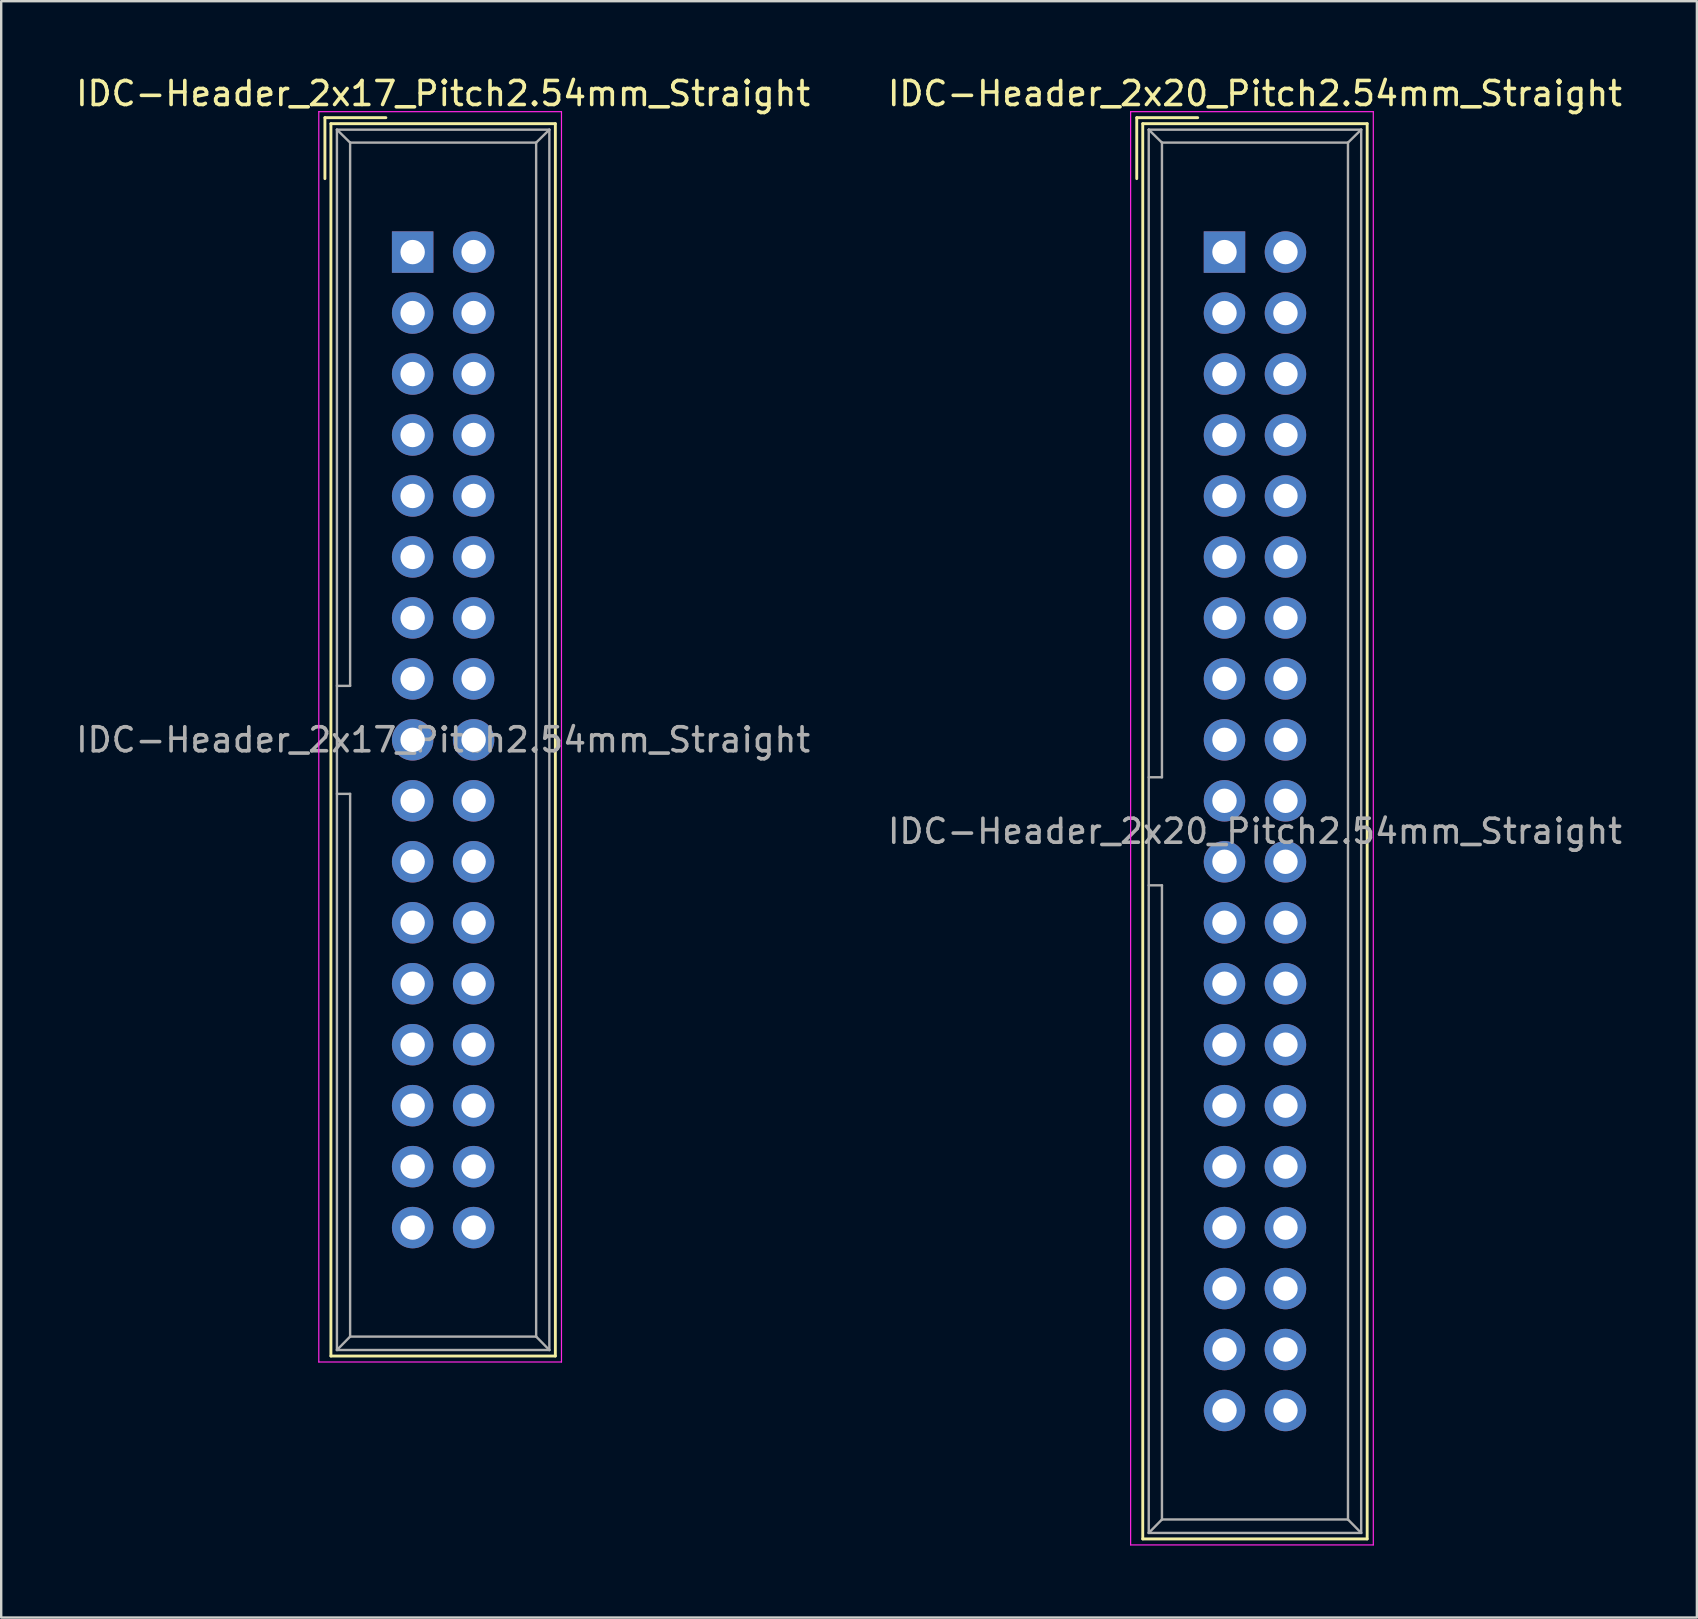
<source format=kicad_pcb>
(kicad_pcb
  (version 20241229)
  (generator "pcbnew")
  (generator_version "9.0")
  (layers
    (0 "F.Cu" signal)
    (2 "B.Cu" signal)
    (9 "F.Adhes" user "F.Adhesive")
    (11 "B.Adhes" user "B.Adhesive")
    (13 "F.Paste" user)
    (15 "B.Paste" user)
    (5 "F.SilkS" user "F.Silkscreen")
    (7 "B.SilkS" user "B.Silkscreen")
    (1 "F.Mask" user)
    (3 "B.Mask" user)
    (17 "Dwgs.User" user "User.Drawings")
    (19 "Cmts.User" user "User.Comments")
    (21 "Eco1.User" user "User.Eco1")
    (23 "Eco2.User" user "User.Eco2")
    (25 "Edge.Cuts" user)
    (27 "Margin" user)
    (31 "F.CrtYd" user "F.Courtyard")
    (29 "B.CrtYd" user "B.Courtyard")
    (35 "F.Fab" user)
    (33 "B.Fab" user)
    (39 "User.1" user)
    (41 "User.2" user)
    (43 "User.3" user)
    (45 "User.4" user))
  (footprint "IDC-Header_2x20_Pitch2.54mm_Straight"
    (layer "F.Cu")
    (at 47.962 7.452)
    (property "Reference" "IDC-Header_2x20_Pitch2.54mm_Straight" (at 1.27 -6.604 0) (layer "F.SilkS") (effects (font (size 1 1) (thickness 0.15))))
    (attr through_hole)
    (fp_line (start -3.655 -5.6) (end -3.655 -3.06) (stroke (width 0.12) (type solid)) (layer "F.SilkS"))
    (fp_line (start -3.655 -5.6) (end -1.115 -5.6) (stroke (width 0.12) (type solid)) (layer "F.SilkS"))
    (fp_line (start -3.405 -5.35) (end 5.945 -5.35) (stroke (width 0.12) (type solid)) (layer "F.SilkS"))
    (fp_line (start -3.405 53.61) (end -3.405 -5.35) (stroke (width 0.12) (type solid)) (layer "F.SilkS"))
    (fp_line (start 5.945 -5.35) (end 5.945 53.61) (stroke (width 0.12) (type solid)) (layer "F.SilkS"))
    (fp_line (start 5.945 53.61) (end -3.405 53.61) (stroke (width 0.12) (type solid)) (layer "F.SilkS"))
    (fp_line (start -3.91 -5.85) (end 6.2 -5.85) (stroke (width 0.05) (type solid)) (layer "F.CrtYd"))
    (fp_line (start -3.91 53.86) (end -3.91 -5.85) (stroke (width 0.05) (type solid)) (layer "F.CrtYd"))
    (fp_line (start 6.2 -5.85) (end 6.2 53.86) (stroke (width 0.05) (type solid)) (layer "F.CrtYd"))
    (fp_line (start 6.2 53.86) (end -3.91 53.86) (stroke (width 0.05) (type solid)) (layer "F.CrtYd"))
    (fp_line (start -3.155 -5.1) (end -3.155 53.36) (stroke (width 0.1) (type solid)) (layer "F.Fab"))
    (fp_line (start -3.155 -5.1) (end -2.605 -4.56) (stroke (width 0.1) (type solid)) (layer "F.Fab"))
    (fp_line (start -3.155 53.36) (end -2.605 52.8) (stroke (width 0.1) (type solid)) (layer "F.Fab"))
    (fp_line (start -2.605 -4.56) (end -2.605 21.88) (stroke (width 0.1) (type solid)) (layer "F.Fab"))
    (fp_line (start -2.605 21.88) (end -3.155 21.88) (stroke (width 0.1) (type solid)) (layer "F.Fab"))
    (fp_line (start -2.605 26.38) (end -3.155 26.38) (stroke (width 0.1) (type solid)) (layer "F.Fab"))
    (fp_line (start -2.605 26.38) (end -2.605 52.8) (stroke (width 0.1) (type solid)) (layer "F.Fab"))
    (fp_line (start 5.145 -4.56) (end -2.605 -4.56) (stroke (width 0.1) (type solid)) (layer "F.Fab"))
    (fp_line (start 5.145 -4.56) (end 5.145 52.8) (stroke (width 0.1) (type solid)) (layer "F.Fab"))
    (fp_line (start 5.145 52.8) (end -2.605 52.8) (stroke (width 0.1) (type solid)) (layer "F.Fab"))
    (fp_line (start 5.695 -5.1) (end -3.155 -5.1) (stroke (width 0.1) (type solid)) (layer "F.Fab"))
    (fp_line (start 5.695 -5.1) (end 5.145 -4.56) (stroke (width 0.1) (type solid)) (layer "F.Fab"))
    (fp_line (start 5.695 -5.1) (end 5.695 53.36) (stroke (width 0.1) (type solid)) (layer "F.Fab"))
    (fp_line (start 5.695 53.36) (end -3.155 53.36) (stroke (width 0.1) (type solid)) (layer "F.Fab"))
    (fp_line (start 5.695 53.36) (end 5.145 52.8) (stroke (width 0.1) (type solid)) (layer "F.Fab"))
    (fp_text user "${REFERENCE}" (at 1.27 24.13 0) (layer "F.Fab") (effects (font (size 1 1) (thickness 0.15))))
    (pad "1" thru_hole rect (at 0 0) (size 1.727 1.727) (drill 1.016) (layers "*.Cu" "*.Mask"))
    (pad "2" thru_hole oval (at 2.54 0) (size 1.727 1.727) (drill 1.016) (layers "*.Cu" "*.Mask"))
    (pad "3" thru_hole oval (at 0 2.54) (size 1.727 1.727) (drill 1.016) (layers "*.Cu" "*.Mask"))
    (pad "4" thru_hole oval (at 2.54 2.54) (size 1.727 1.727) (drill 1.016) (layers "*.Cu" "*.Mask"))
    (pad "5" thru_hole oval (at 0 5.08) (size 1.727 1.727) (drill 1.016) (layers "*.Cu" "*.Mask"))
    (pad "6" thru_hole oval (at 2.54 5.08) (size 1.727 1.727) (drill 1.016) (layers "*.Cu" "*.Mask"))
    (pad "7" thru_hole oval (at 0 7.62) (size 1.727 1.727) (drill 1.016) (layers "*.Cu" "*.Mask"))
    (pad "8" thru_hole oval (at 2.54 7.62) (size 1.727 1.727) (drill 1.016) (layers "*.Cu" "*.Mask"))
    (pad "9" thru_hole oval (at 0 10.16) (size 1.727 1.727) (drill 1.016) (layers "*.Cu" "*.Mask"))
    (pad "10" thru_hole oval (at 2.54 10.16) (size 1.727 1.727) (drill 1.016) (layers "*.Cu" "*.Mask"))
    (pad "11" thru_hole oval (at 0 12.7) (size 1.727 1.727) (drill 1.016) (layers "*.Cu" "*.Mask"))
    (pad "12" thru_hole oval (at 2.54 12.7) (size 1.727 1.727) (drill 1.016) (layers "*.Cu" "*.Mask"))
    (pad "13" thru_hole oval (at 0 15.24) (size 1.727 1.727) (drill 1.016) (layers "*.Cu" "*.Mask"))
    (pad "14" thru_hole oval (at 2.54 15.24) (size 1.727 1.727) (drill 1.016) (layers "*.Cu" "*.Mask"))
    (pad "15" thru_hole oval (at 0 17.78) (size 1.727 1.727) (drill 1.016) (layers "*.Cu" "*.Mask"))
    (pad "16" thru_hole oval (at 2.54 17.78) (size 1.727 1.727) (drill 1.016) (layers "*.Cu" "*.Mask"))
    (pad "17" thru_hole oval (at 0 20.32) (size 1.727 1.727) (drill 1.016) (layers "*.Cu" "*.Mask"))
    (pad "18" thru_hole oval (at 2.54 20.32) (size 1.727 1.727) (drill 1.016) (layers "*.Cu" "*.Mask"))
    (pad "19" thru_hole oval (at 0 22.86) (size 1.727 1.727) (drill 1.016) (layers "*.Cu" "*.Mask"))
    (pad "20" thru_hole oval (at 2.54 22.86) (size 1.727 1.727) (drill 1.016) (layers "*.Cu" "*.Mask"))
    (pad "21" thru_hole oval (at 0 25.4) (size 1.727 1.727) (drill 1.016) (layers "*.Cu" "*.Mask"))
    (pad "22" thru_hole oval (at 2.54 25.4) (size 1.727 1.727) (drill 1.016) (layers "*.Cu" "*.Mask"))
    (pad "23" thru_hole oval (at 0 27.94) (size 1.727 1.727) (drill 1.016) (layers "*.Cu" "*.Mask"))
    (pad "24" thru_hole oval (at 2.54 27.94) (size 1.727 1.727) (drill 1.016) (layers "*.Cu" "*.Mask"))
    (pad "25" thru_hole oval (at 0 30.48) (size 1.727 1.727) (drill 1.016) (layers "*.Cu" "*.Mask"))
    (pad "26" thru_hole oval (at 2.54 30.48) (size 1.727 1.727) (drill 1.016) (layers "*.Cu" "*.Mask"))
    (pad "27" thru_hole oval (at 0 33.02) (size 1.727 1.727) (drill 1.016) (layers "*.Cu" "*.Mask"))
    (pad "28" thru_hole oval (at 2.54 33.02) (size 1.727 1.727) (drill 1.016) (layers "*.Cu" "*.Mask"))
    (pad "29" thru_hole oval (at 0 35.56) (size 1.727 1.727) (drill 1.016) (layers "*.Cu" "*.Mask"))
    (pad "30" thru_hole oval (at 2.54 35.56) (size 1.727 1.727) (drill 1.016) (layers "*.Cu" "*.Mask"))
    (pad "31" thru_hole oval (at 0 38.1) (size 1.727 1.727) (drill 1.016) (layers "*.Cu" "*.Mask"))
    (pad "32" thru_hole oval (at 2.54 38.1) (size 1.727 1.727) (drill 1.016) (layers "*.Cu" "*.Mask"))
    (pad "33" thru_hole oval (at 0 40.64) (size 1.727 1.727) (drill 1.016) (layers "*.Cu" "*.Mask"))
    (pad "34" thru_hole oval (at 2.54 40.64) (size 1.727 1.727) (drill 1.016) (layers "*.Cu" "*.Mask"))
    (pad "35" thru_hole oval (at 0 43.18) (size 1.727 1.727) (drill 1.016) (layers "*.Cu" "*.Mask"))
    (pad "36" thru_hole oval (at 2.54 43.18) (size 1.727 1.727) (drill 1.016) (layers "*.Cu" "*.Mask"))
    (pad "37" thru_hole oval (at 0 45.72) (size 1.727 1.727) (drill 1.016) (layers "*.Cu" "*.Mask"))
    (pad "38" thru_hole oval (at 2.54 45.72) (size 1.727 1.727) (drill 1.016) (layers "*.Cu" "*.Mask"))
    (pad "39" thru_hole oval (at 0 48.26) (size 1.727 1.727) (drill 1.016) (layers "*.Cu" "*.Mask"))
    (pad "40" thru_hole oval (at 2.54 48.26) (size 1.727 1.727) (drill 1.016) (layers "*.Cu" "*.Mask")))
  (footprint "IDC-Header_2x17_Pitch2.54mm_Straight"
    (layer "F.Cu")
    (at 14.141 7.452)
    (property "Reference" "IDC-Header_2x17_Pitch2.54mm_Straight" (at 1.27 -6.604 0) (layer "F.SilkS") (effects (font (size 1 1) (thickness 0.15))))
    (attr through_hole)
    (fp_line (start -3.655 -5.6) (end -3.655 -3.06) (stroke (width 0.12) (type solid)) (layer "F.SilkS"))
    (fp_line (start -3.655 -5.6) (end -1.115 -5.6) (stroke (width 0.12) (type solid)) (layer "F.SilkS"))
    (fp_line (start -3.405 -5.35) (end 5.945 -5.35) (stroke (width 0.12) (type solid)) (layer "F.SilkS"))
    (fp_line (start -3.405 45.99) (end -3.405 -5.35) (stroke (width 0.12) (type solid)) (layer "F.SilkS"))
    (fp_line (start 5.945 -5.35) (end 5.945 45.99) (stroke (width 0.12) (type solid)) (layer "F.SilkS"))
    (fp_line (start 5.945 45.99) (end -3.405 45.99) (stroke (width 0.12) (type solid)) (layer "F.SilkS"))
    (fp_line (start -3.91 -5.85) (end 6.2 -5.85) (stroke (width 0.05) (type solid)) (layer "F.CrtYd"))
    (fp_line (start -3.91 46.24) (end -3.91 -5.85) (stroke (width 0.05) (type solid)) (layer "F.CrtYd"))
    (fp_line (start 6.2 -5.85) (end 6.2 46.24) (stroke (width 0.05) (type solid)) (layer "F.CrtYd"))
    (fp_line (start 6.2 46.24) (end -3.91 46.24) (stroke (width 0.05) (type solid)) (layer "F.CrtYd"))
    (fp_line (start -3.155 -5.1) (end -3.155 45.74) (stroke (width 0.1) (type solid)) (layer "F.Fab"))
    (fp_line (start -3.155 -5.1) (end -2.605 -4.56) (stroke (width 0.1) (type solid)) (layer "F.Fab"))
    (fp_line (start -3.155 45.74) (end -2.605 45.18) (stroke (width 0.1) (type solid)) (layer "F.Fab"))
    (fp_line (start -2.605 -4.56) (end -2.605 18.07) (stroke (width 0.1) (type solid)) (layer "F.Fab"))
    (fp_line (start -2.605 18.07) (end -3.155 18.07) (stroke (width 0.1) (type solid)) (layer "F.Fab"))
    (fp_line (start -2.605 22.57) (end -3.155 22.57) (stroke (width 0.1) (type solid)) (layer "F.Fab"))
    (fp_line (start -2.605 22.57) (end -2.605 45.18) (stroke (width 0.1) (type solid)) (layer "F.Fab"))
    (fp_line (start 5.145 -4.56) (end -2.605 -4.56) (stroke (width 0.1) (type solid)) (layer "F.Fab"))
    (fp_line (start 5.145 -4.56) (end 5.145 45.18) (stroke (width 0.1) (type solid)) (layer "F.Fab"))
    (fp_line (start 5.145 45.18) (end -2.605 45.18) (stroke (width 0.1) (type solid)) (layer "F.Fab"))
    (fp_line (start 5.695 -5.1) (end -3.155 -5.1) (stroke (width 0.1) (type solid)) (layer "F.Fab"))
    (fp_line (start 5.695 -5.1) (end 5.145 -4.56) (stroke (width 0.1) (type solid)) (layer "F.Fab"))
    (fp_line (start 5.695 -5.1) (end 5.695 45.74) (stroke (width 0.1) (type solid)) (layer "F.Fab"))
    (fp_line (start 5.695 45.74) (end -3.155 45.74) (stroke (width 0.1) (type solid)) (layer "F.Fab"))
    (fp_line (start 5.695 45.74) (end 5.145 45.18) (stroke (width 0.1) (type solid)) (layer "F.Fab"))
    (fp_text user "${REFERENCE}" (at 1.27 20.32 0) (layer "F.Fab") (effects (font (size 1 1) (thickness 0.15))))
    (pad "1" thru_hole rect (at 0 0) (size 1.727 1.727) (drill 1.016) (layers "*.Cu" "*.Mask"))
    (pad "2" thru_hole oval (at 2.54 0) (size 1.727 1.727) (drill 1.016) (layers "*.Cu" "*.Mask"))
    (pad "3" thru_hole oval (at 0 2.54) (size 1.727 1.727) (drill 1.016) (layers "*.Cu" "*.Mask"))
    (pad "4" thru_hole oval (at 2.54 2.54) (size 1.727 1.727) (drill 1.016) (layers "*.Cu" "*.Mask"))
    (pad "5" thru_hole oval (at 0 5.08) (size 1.727 1.727) (drill 1.016) (layers "*.Cu" "*.Mask"))
    (pad "6" thru_hole oval (at 2.54 5.08) (size 1.727 1.727) (drill 1.016) (layers "*.Cu" "*.Mask"))
    (pad "7" thru_hole oval (at 0 7.62) (size 1.727 1.727) (drill 1.016) (layers "*.Cu" "*.Mask"))
    (pad "8" thru_hole oval (at 2.54 7.62) (size 1.727 1.727) (drill 1.016) (layers "*.Cu" "*.Mask"))
    (pad "9" thru_hole oval (at 0 10.16) (size 1.727 1.727) (drill 1.016) (layers "*.Cu" "*.Mask"))
    (pad "10" thru_hole oval (at 2.54 10.16) (size 1.727 1.727) (drill 1.016) (layers "*.Cu" "*.Mask"))
    (pad "11" thru_hole oval (at 0 12.7) (size 1.727 1.727) (drill 1.016) (layers "*.Cu" "*.Mask"))
    (pad "12" thru_hole oval (at 2.54 12.7) (size 1.727 1.727) (drill 1.016) (layers "*.Cu" "*.Mask"))
    (pad "13" thru_hole oval (at 0 15.24) (size 1.727 1.727) (drill 1.016) (layers "*.Cu" "*.Mask"))
    (pad "14" thru_hole oval (at 2.54 15.24) (size 1.727 1.727) (drill 1.016) (layers "*.Cu" "*.Mask"))
    (pad "15" thru_hole oval (at 0 17.78) (size 1.727 1.727) (drill 1.016) (layers "*.Cu" "*.Mask"))
    (pad "16" thru_hole oval (at 2.54 17.78) (size 1.727 1.727) (drill 1.016) (layers "*.Cu" "*.Mask"))
    (pad "17" thru_hole oval (at 0 20.32) (size 1.727 1.727) (drill 1.016) (layers "*.Cu" "*.Mask"))
    (pad "18" thru_hole oval (at 2.54 20.32) (size 1.727 1.727) (drill 1.016) (layers "*.Cu" "*.Mask"))
    (pad "19" thru_hole oval (at 0 22.86) (size 1.727 1.727) (drill 1.016) (layers "*.Cu" "*.Mask"))
    (pad "20" thru_hole oval (at 2.54 22.86) (size 1.727 1.727) (drill 1.016) (layers "*.Cu" "*.Mask"))
    (pad "21" thru_hole oval (at 0 25.4) (size 1.727 1.727) (drill 1.016) (layers "*.Cu" "*.Mask"))
    (pad "22" thru_hole oval (at 2.54 25.4) (size 1.727 1.727) (drill 1.016) (layers "*.Cu" "*.Mask"))
    (pad "23" thru_hole oval (at 0 27.94) (size 1.727 1.727) (drill 1.016) (layers "*.Cu" "*.Mask"))
    (pad "24" thru_hole oval (at 2.54 27.94) (size 1.727 1.727) (drill 1.016) (layers "*.Cu" "*.Mask"))
    (pad "25" thru_hole oval (at 0 30.48) (size 1.727 1.727) (drill 1.016) (layers "*.Cu" "*.Mask"))
    (pad "26" thru_hole oval (at 2.54 30.48) (size 1.727 1.727) (drill 1.016) (layers "*.Cu" "*.Mask"))
    (pad "27" thru_hole oval (at 0 33.02) (size 1.727 1.727) (drill 1.016) (layers "*.Cu" "*.Mask"))
    (pad "28" thru_hole oval (at 2.54 33.02) (size 1.727 1.727) (drill 1.016) (layers "*.Cu" "*.Mask"))
    (pad "29" thru_hole oval (at 0 35.56) (size 1.727 1.727) (drill 1.016) (layers "*.Cu" "*.Mask"))
    (pad "30" thru_hole oval (at 2.54 35.56) (size 1.727 1.727) (drill 1.016) (layers "*.Cu" "*.Mask"))
    (pad "31" thru_hole oval (at 0 38.1) (size 1.727 1.727) (drill 1.016) (layers "*.Cu" "*.Mask"))
    (pad "32" thru_hole oval (at 2.54 38.1) (size 1.727 1.727) (drill 1.016) (layers "*.Cu" "*.Mask"))
    (pad "33" thru_hole oval (at 0 40.64) (size 1.727 1.727) (drill 1.016) (layers "*.Cu" "*.Mask"))
    (pad "34" thru_hole oval (at 2.54 40.64) (size 1.727 1.727) (drill 1.016) (layers "*.Cu" "*.Mask")))
  (gr_rect
    (start -3 -3)
    (end 67.643 64.337)
    (stroke (width 0.1) (type default))
    (fill no)
    (layer "Edge.Cuts")))
</source>
